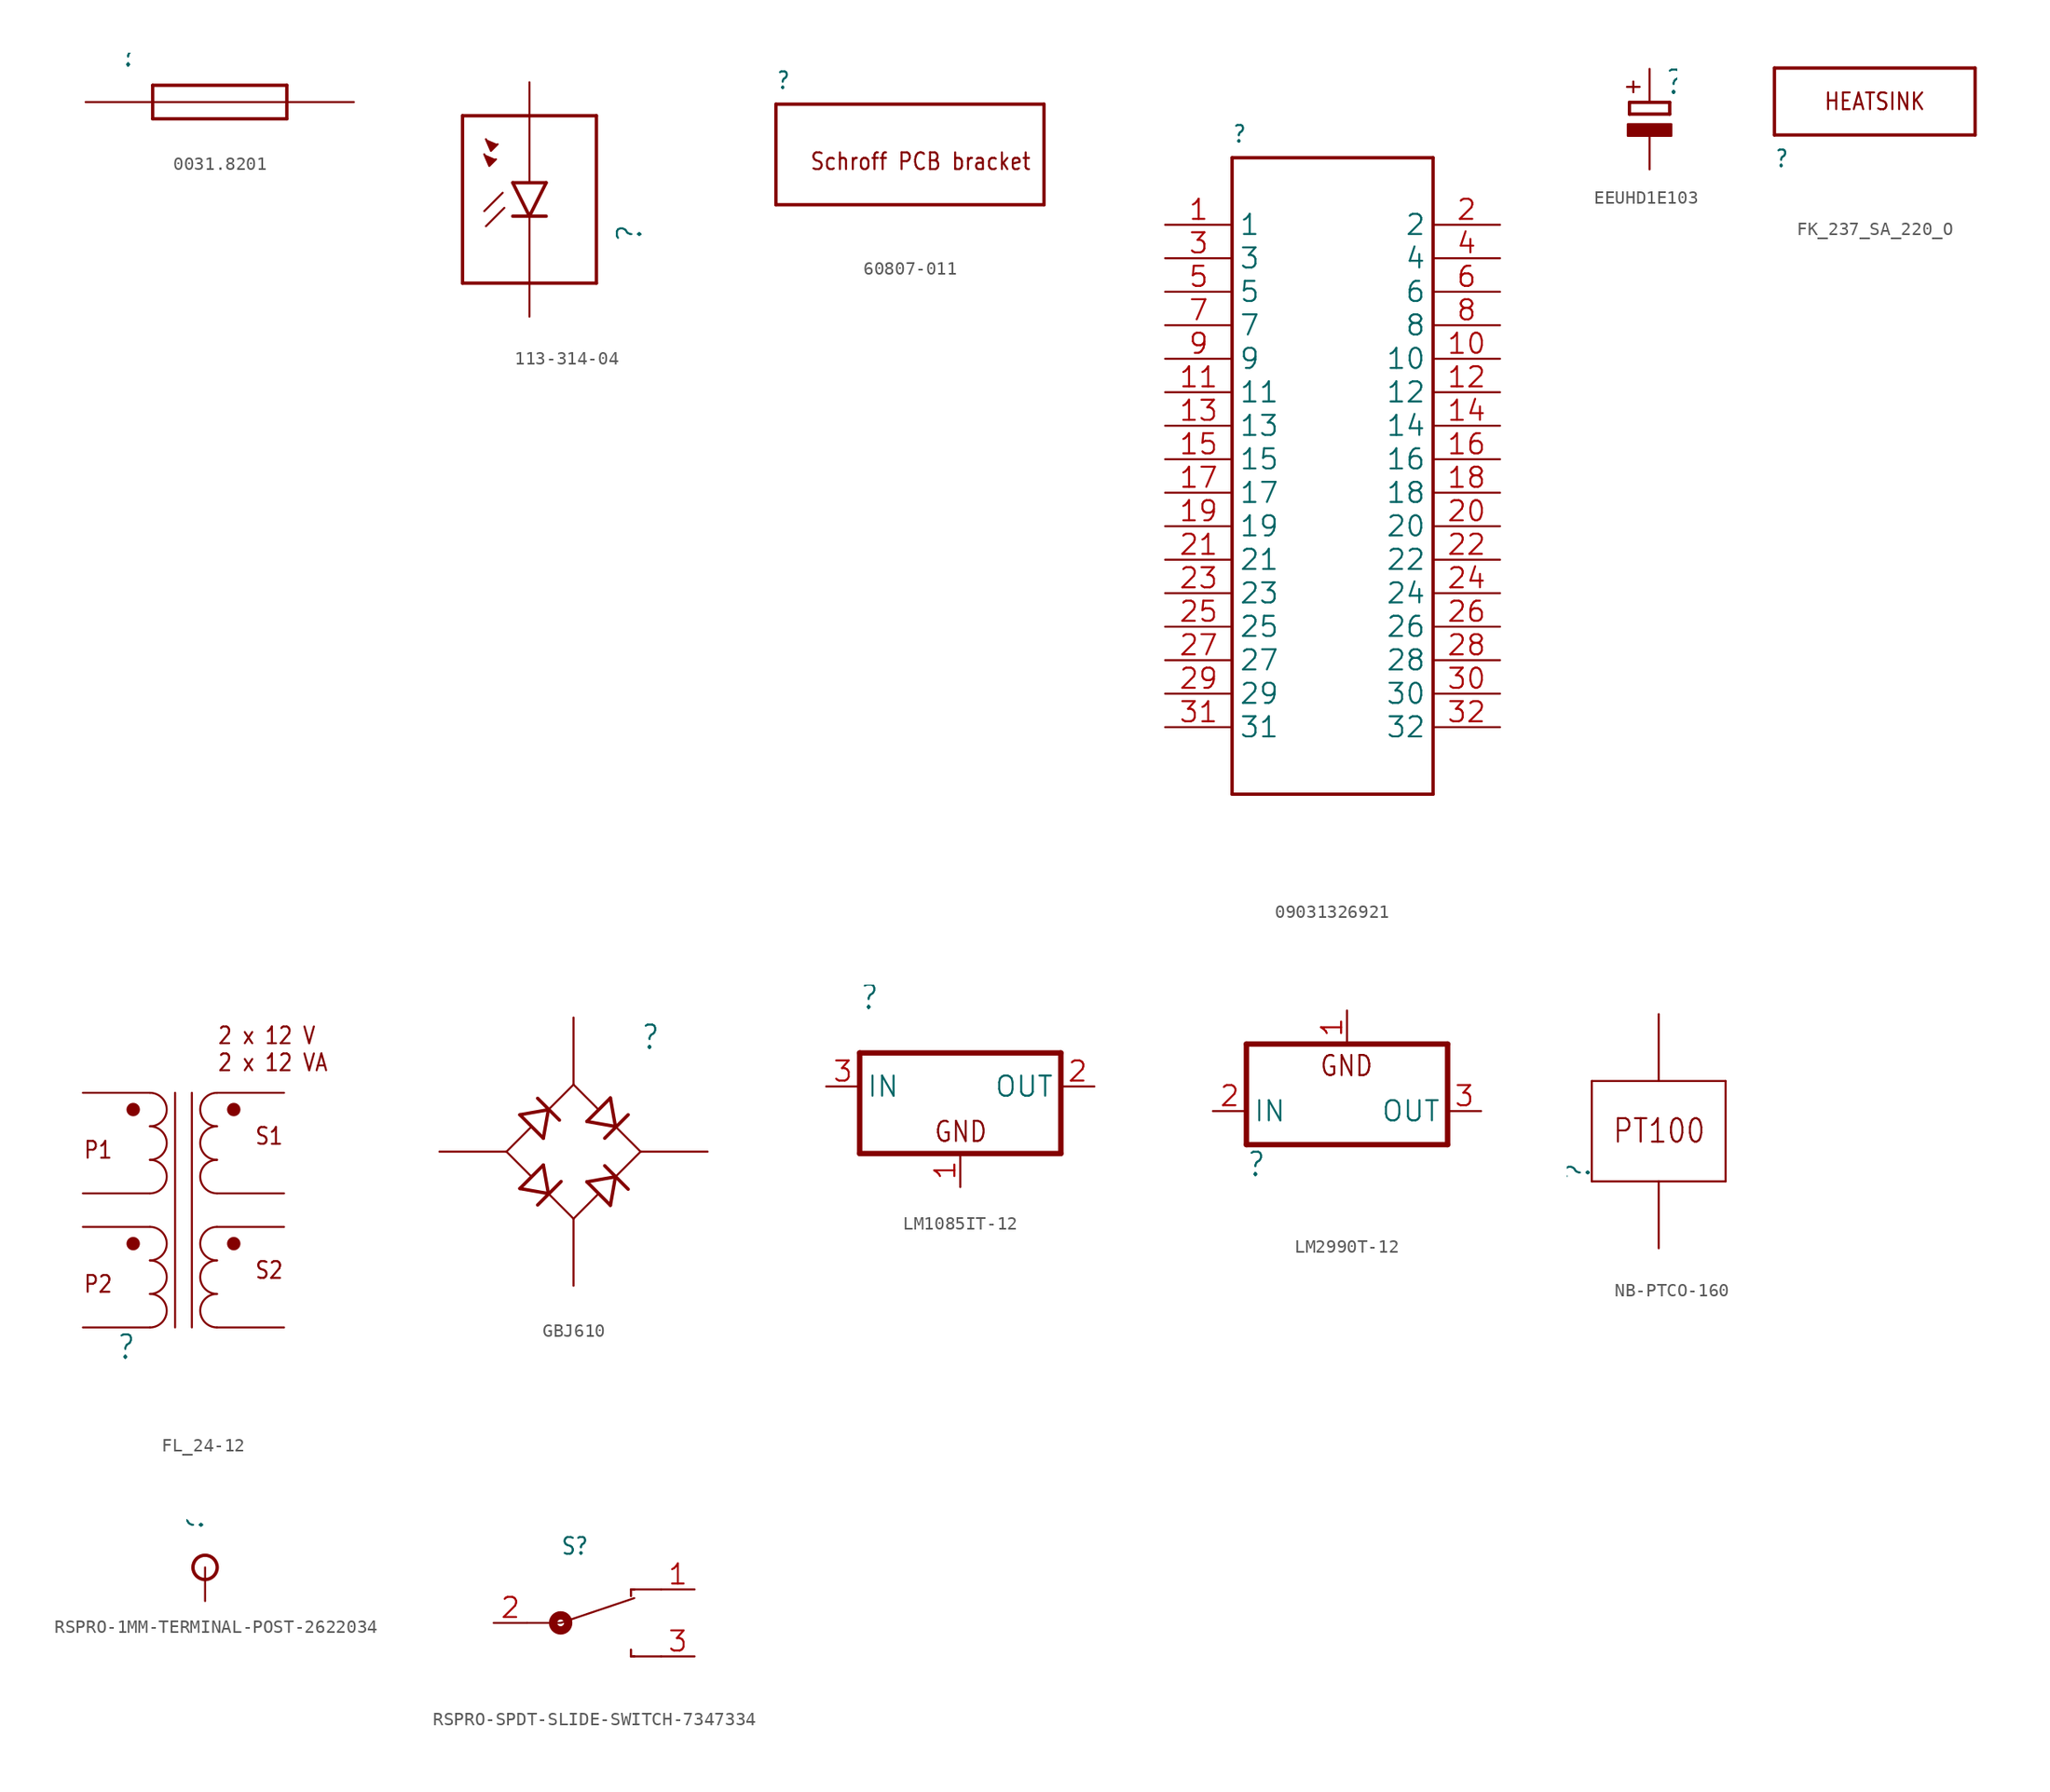
<source format=kicad_sym>
(kicad_symbol_lib
  (version 20241209)
  (generator "kicad_symbol_editor")
  (generator_version "9.0")
  (symbol "0031.8201"
    (property "Reference" ""
      (at -7.62 2.54 0)
      (effects (font (size 1.778 1.511)) (justify left bottom)))
    (property "Value" ""
      (at 7.62 -2.54 0)
      (effects (font (size 1.778 1.511)) (justify right top)))
    (property "ki_locked" ""
      (at 0 0 0)
      (effects (font (size 1.27 1.27))))
    (symbol "0031.8201_1_0"
      (polyline (pts (xy -5.08 1.27) (xy -5.08 -1.27)) (stroke (width 0.254) (type solid)) (fill (type none)))
      (polyline (pts (xy -5.08 0) (xy 5.08 0)) (stroke (width 0.152) (type solid)) (fill (type none)))
      (polyline (pts (xy -5.08 -1.27) (xy 5.08 -1.27)) (stroke (width 0.254) (type solid)) (fill (type none)))
      (polyline (pts (xy 5.08 1.27) (xy -5.08 1.27)) (stroke (width 0.254) (type solid)) (fill (type none)))
      (polyline (pts (xy 5.08 -1.27) (xy 5.08 1.27)) (stroke (width 0.254) (type solid)) (fill (type none)))
      (pin bidirectional line (at -10.16 0 0) (length 5.08) (name "P$1" (effects (font (size 0 0)))) (number "1" (effects (font (size 0 0)))))
      (pin bidirectional line (at 10.16 0 180) (length 5.08) (name "P$2" (effects (font (size 0 0)))) (number "2" (effects (font (size 0 0)))))))
  (symbol "113-314-04"
    (property "Reference" ""
      (at 8.636 -4.572 90)
      (effects (font (size 1.778 1.511)) (justify left bottom)))
    (property "Value" ""
      (at 10.795 -4.572 90)
      (effects (font (size 1.778 1.511)) (justify left bottom)))
    (property "ki_locked" ""
      (at 0 0 0)
      (effects (font (size 1.27 1.27))))
    (symbol "113-314-04_1_0"
      (polyline (pts (xy -5.08 5.08) (xy 5.08 5.08)) (stroke (width 0.254) (type solid)) (fill (type none)))
      (polyline (pts (xy -5.08 -7.62) (xy -5.08 5.08)) (stroke (width 0.254) (type solid)) (fill (type none)))
      (polyline (pts (xy -3.429 2.159) (xy -3.048 1.27) (xy -2.54 1.778)) (stroke (width 0.152) (type solid)) (fill (type outline)))
      (polyline (pts (xy -3.302 3.302) (xy -2.921 2.413) (xy -2.413 2.921)) (stroke (width 0.152) (type solid)) (fill (type outline)))
      (polyline (pts (xy -2.032 -0.762) (xy -3.429 -2.159)) (stroke (width 0.152) (type solid)) (fill (type none)))
      (polyline (pts (xy -1.905 -1.905) (xy -3.302 -3.302)) (stroke (width 0.152) (type solid)) (fill (type none)))
      (polyline (pts (xy 0 -2.54) (xy -1.27 0)) (stroke (width 0.254) (type solid)) (fill (type none)))
      (polyline (pts (xy 0 -2.54) (xy -1.27 -2.54)) (stroke (width 0.254) (type solid)) (fill (type none)))
      (polyline (pts (xy 1.27 0) (xy -1.27 0)) (stroke (width 0.254) (type solid)) (fill (type none)))
      (polyline (pts (xy 1.27 0) (xy 0 -2.54)) (stroke (width 0.254) (type solid)) (fill (type none)))
      (polyline (pts (xy 1.27 -2.54) (xy 0 -2.54)) (stroke (width 0.254) (type solid)) (fill (type none)))
      (polyline (pts (xy 5.08 5.08) (xy 5.08 -7.62)) (stroke (width 0.254) (type solid)) (fill (type none)))
      (polyline (pts (xy 5.08 -7.62) (xy -5.08 -7.62)) (stroke (width 0.254) (type solid)) (fill (type none)))
      (pin passive line (at 0 7.62 270) (length 7.62) (name "A" (effects (font (size 0 0)))) (number "+" (effects (font (size 0 0)))))
      (pin passive line (at 0 -10.16 90) (length 7.62) (name "C" (effects (font (size 0 0)))) (number "-" (effects (font (size 0 0)))))))
  (symbol "60807-011"
    (property "Reference" ""
      (at -10.16 7.62 0)
      (effects (font (size 1.27 1.079)) (justify left top)))
    (property "Value" ""
      (at -10.16 -5.08 0)
      (effects (font (size 1.27 1.079)) (justify left bottom)))
    (property "ki_locked" ""
      (at 0 0 0)
      (effects (font (size 1.27 1.27))))
    (symbol "60807-011_1_0"
      (polyline (pts (xy -10.16 5.08) (xy -10.16 -2.54)) (stroke (width 0.254) (type solid)) (fill (type none)))
      (polyline (pts (xy -10.16 -2.54) (xy 10.16 -2.54)) (stroke (width 0.254) (type solid)) (fill (type none)))
      (polyline (pts (xy 10.16 5.08) (xy -10.16 5.08)) (stroke (width 0.254) (type solid)) (fill (type none)))
      (polyline (pts (xy 10.16 -2.54) (xy 10.16 5.08)) (stroke (width 0.254) (type solid)) (fill (type none)))
      (text "Schroff PCB bracket" (at -7.62 0 0) (effects (font (size 1.27 1.079)) (justify left bottom)))))
  (symbol "09031326921"
    (property "Reference" ""
      (at -7.62 25.4 0)
      (effects (font (size 1.27 1.079)) (justify left top)))
    (property "Value" ""
      (at -7.62 -27.94 0)
      (effects (font (size 1.27 1.079)) (justify left bottom)))
    (property "ki_locked" ""
      (at 0 0 0)
      (effects (font (size 1.27 1.27))))
    (symbol "09031326921_1_0"
      (polyline (pts (xy -7.62 22.86) (xy 7.62 22.86)) (stroke (width 0.254) (type solid)) (fill (type none)))
      (polyline (pts (xy -7.62 -25.4) (xy -7.62 22.86)) (stroke (width 0.254) (type solid)) (fill (type none)))
      (polyline (pts (xy 7.62 22.86) (xy 7.62 -25.4)) (stroke (width 0.254) (type solid)) (fill (type none)))
      (polyline (pts (xy 7.62 -25.4) (xy -7.62 -25.4)) (stroke (width 0.254) (type solid)) (fill (type none)))
      (pin bidirectional line (at -12.7 17.78 0) (length 5.08) (name "1" (effects (font (size 1.524 1.524)))) (number "1" (effects (font (size 1.524 1.524)))))
      (pin bidirectional line (at -12.7 15.24 0) (length 5.08) (name "3" (effects (font (size 1.524 1.524)))) (number "3" (effects (font (size 1.524 1.524)))))
      (pin bidirectional line (at -12.7 12.7 0) (length 5.08) (name "5" (effects (font (size 1.524 1.524)))) (number "5" (effects (font (size 1.524 1.524)))))
      (pin bidirectional line (at -12.7 10.16 0) (length 5.08) (name "7" (effects (font (size 1.524 1.524)))) (number "7" (effects (font (size 1.524 1.524)))))
      (pin bidirectional line (at -12.7 7.62 0) (length 5.08) (name "9" (effects (font (size 1.524 1.524)))) (number "9" (effects (font (size 1.524 1.524)))))
      (pin bidirectional line (at -12.7 5.08 0) (length 5.08) (name "11" (effects (font (size 1.524 1.524)))) (number "11" (effects (font (size 1.524 1.524)))))
      (pin bidirectional line (at -12.7 2.54 0) (length 5.08) (name "13" (effects (font (size 1.524 1.524)))) (number "13" (effects (font (size 1.524 1.524)))))
      (pin bidirectional line (at -12.7 0 0) (length 5.08) (name "15" (effects (font (size 1.524 1.524)))) (number "15" (effects (font (size 1.524 1.524)))))
      (pin bidirectional line (at -12.7 -2.54 0) (length 5.08) (name "17" (effects (font (size 1.524 1.524)))) (number "17" (effects (font (size 1.524 1.524)))))
      (pin bidirectional line (at -12.7 -5.08 0) (length 5.08) (name "19" (effects (font (size 1.524 1.524)))) (number "19" (effects (font (size 1.524 1.524)))))
      (pin bidirectional line (at -12.7 -7.62 0) (length 5.08) (name "21" (effects (font (size 1.524 1.524)))) (number "21" (effects (font (size 1.524 1.524)))))
      (pin bidirectional line (at -12.7 -10.16 0) (length 5.08) (name "23" (effects (font (size 1.524 1.524)))) (number "23" (effects (font (size 1.524 1.524)))))
      (pin bidirectional line (at -12.7 -12.7 0) (length 5.08) (name "25" (effects (font (size 1.524 1.524)))) (number "25" (effects (font (size 1.524 1.524)))))
      (pin bidirectional line (at -12.7 -15.24 0) (length 5.08) (name "27" (effects (font (size 1.524 1.524)))) (number "27" (effects (font (size 1.524 1.524)))))
      (pin bidirectional line (at -12.7 -17.78 0) (length 5.08) (name "29" (effects (font (size 1.524 1.524)))) (number "29" (effects (font (size 1.524 1.524)))))
      (pin bidirectional line (at -12.7 -20.32 0) (length 5.08) (name "31" (effects (font (size 1.524 1.524)))) (number "31" (effects (font (size 1.524 1.524)))))
      (pin bidirectional line (at 12.7 17.78 180) (length 5.08) (name "2" (effects (font (size 1.524 1.524)))) (number "2" (effects (font (size 1.524 1.524)))))
      (pin bidirectional line (at 12.7 15.24 180) (length 5.08) (name "4" (effects (font (size 1.524 1.524)))) (number "4" (effects (font (size 1.524 1.524)))))
      (pin bidirectional line (at 12.7 12.7 180) (length 5.08) (name "6" (effects (font (size 1.524 1.524)))) (number "6" (effects (font (size 1.524 1.524)))))
      (pin bidirectional line (at 12.7 10.16 180) (length 5.08) (name "8" (effects (font (size 1.524 1.524)))) (number "8" (effects (font (size 1.524 1.524)))))
      (pin bidirectional line (at 12.7 7.62 180) (length 5.08) (name "10" (effects (font (size 1.524 1.524)))) (number "10" (effects (font (size 1.524 1.524)))))
      (pin bidirectional line (at 12.7 5.08 180) (length 5.08) (name "12" (effects (font (size 1.524 1.524)))) (number "12" (effects (font (size 1.524 1.524)))))
      (pin bidirectional line (at 12.7 2.54 180) (length 5.08) (name "14" (effects (font (size 1.524 1.524)))) (number "14" (effects (font (size 1.524 1.524)))))
      (pin bidirectional line (at 12.7 0 180) (length 5.08) (name "16" (effects (font (size 1.524 1.524)))) (number "16" (effects (font (size 1.524 1.524)))))
      (pin bidirectional line (at 12.7 -2.54 180) (length 5.08) (name "18" (effects (font (size 1.524 1.524)))) (number "18" (effects (font (size 1.524 1.524)))))
      (pin bidirectional line (at 12.7 -5.08 180) (length 5.08) (name "20" (effects (font (size 1.524 1.524)))) (number "20" (effects (font (size 1.524 1.524)))))
      (pin bidirectional line (at 12.7 -7.62 180) (length 5.08) (name "22" (effects (font (size 1.524 1.524)))) (number "22" (effects (font (size 1.524 1.524)))))
      (pin bidirectional line (at 12.7 -10.16 180) (length 5.08) (name "24" (effects (font (size 1.524 1.524)))) (number "24" (effects (font (size 1.524 1.524)))))
      (pin bidirectional line (at 12.7 -12.7 180) (length 5.08) (name "26" (effects (font (size 1.524 1.524)))) (number "26" (effects (font (size 1.524 1.524)))))
      (pin bidirectional line (at 12.7 -15.24 180) (length 5.08) (name "28" (effects (font (size 1.524 1.524)))) (number "28" (effects (font (size 1.524 1.524)))))
      (pin bidirectional line (at 12.7 -17.78 180) (length 5.08) (name "30" (effects (font (size 1.524 1.524)))) (number "30" (effects (font (size 1.524 1.524)))))
      (pin bidirectional line (at 12.7 -20.32 180) (length 5.08) (name "32" (effects (font (size 1.524 1.524)))) (number "32" (effects (font (size 1.524 1.524)))))))
  (symbol "EEUHD1E103"
    (property "Reference" ""
      (at 1.143 0.483 0)
      (effects (font (size 1.778 1.511)) (justify left bottom)))
    (property "Value" ""
      (at 1.143 -4.597 0)
      (effects (font (size 1.778 1.511)) (justify left bottom)))
    (property "ki_locked" ""
      (at 0 0 0)
      (effects (font (size 1.27 1.27))))
    (symbol "EEUHD1E103_1_0"
      (rectangle (start -1.651 -2.54) (end 1.651 -1.651) (stroke (width 0) (type default)) (fill (type outline)))
      (polyline (pts (xy -1.524 0) (xy -1.524 -0.889)) (stroke (width 0.254) (type solid)) (fill (type none)))
      (polyline (pts (xy -1.524 0) (xy 1.524 0)) (stroke (width 0.254) (type solid)) (fill (type none)))
      (polyline (pts (xy -1.524 -0.889) (xy 1.524 -0.889)) (stroke (width 0.254) (type solid)) (fill (type none)))
      (polyline (pts (xy 1.524 -0.889) (xy 1.524 0)) (stroke (width 0.254) (type solid)) (fill (type none)))
      (text "+" (at -0.584 0.406 900) (effects (font (size 1.27 1.079)) (justify left bottom)))
      (pin passive line (at 0 2.54 270) (length 2.54) (name "+" (effects (font (size 0 0)))) (number "+" (effects (font (size 0 0)))))
      (pin passive line (at 0 -5.08 90) (length 2.54) (name "-" (effects (font (size 0 0)))) (number "-" (effects (font (size 0 0)))))))
  (symbol "FK_237_SA_220_O"
    (property "Reference" ""
      (at 0 -2.54 0)
      (effects (font (size 1.27 1.079)) (justify left bottom)))
    (property "Value" ""
      (at 0 -5.08 0)
      (effects (font (size 1.27 1.079)) (justify left bottom)))
    (property "ki_locked" ""
      (at 0 0 0)
      (effects (font (size 1.27 1.27))))
    (symbol "FK_237_SA_220_O_1_0"
      (polyline (pts (xy 0 5.08) (xy 15.24 5.08)) (stroke (width 0.254) (type solid)) (fill (type none)))
      (polyline (pts (xy 0 0) (xy 0 5.08)) (stroke (width 0.254) (type solid)) (fill (type none)))
      (polyline (pts (xy 15.24 5.08) (xy 15.24 0)) (stroke (width 0.254) (type solid)) (fill (type none)))
      (polyline (pts (xy 15.24 0) (xy 0 0)) (stroke (width 0.254) (type solid)) (fill (type none)))
      (text "HEATSINK" (at 7.62 2.54 0) (effects (font (size 1.27 1.079))))))
  (symbol "FL_24-12"
    (property "Reference" ""
      (at -5.084 -12.692 0)
      (effects (font (size 1.779 1.512)) (justify left bottom)))
    (property "Value" ""
      (at -5.081 -15.243 0)
      (effects (font (size 1.778 1.512)) (justify left bottom)))
    (property "ki_locked" ""
      (at 0 0 0)
      (effects (font (size 1.27 1.27))))
    (symbol "FL_24-12_1_0"
      (circle (center -3.81 6.35) (radius 0.254) (stroke (width 0.508) (type solid)) (fill (type none)))
      (circle (center -3.81 -3.81) (radius 0.254) (stroke (width 0.508) (type solid)) (fill (type none)))
      (arc (start -2.54 7.62) (mid -1.27 6.35) (end -2.54 5.08) (stroke (width 0.1524) (type solid)) (fill (type none)))
      (arc (start -2.54 5.08) (mid -1.27 3.81) (end -2.54 2.54) (stroke (width 0.1524) (type solid)) (fill (type none)))
      (arc (start -2.54 2.54) (mid -1.27 1.27) (end -2.54 0) (stroke (width 0.1524) (type solid)) (fill (type none)))
      (arc (start -2.54 -2.54) (mid -1.27 -3.81) (end -2.54 -5.08) (stroke (width 0.1524) (type solid)) (fill (type none)))
      (arc (start -2.54 -5.08) (mid -1.27 -6.35) (end -2.54 -7.62) (stroke (width 0.1524) (type solid)) (fill (type none)))
      (arc (start -2.54 -7.62) (mid -1.27 -8.89) (end -2.54 -10.16) (stroke (width 0.1524) (type solid)) (fill (type none)))
      (polyline (pts (xy -0.635 7.62) (xy -0.635 -10.16)) (stroke (width 0.152) (type solid)) (fill (type none)))
      (polyline (pts (xy 0.635 7.62) (xy 0.635 -10.16)) (stroke (width 0.152) (type solid)) (fill (type none)))
      (arc (start 2.54 5.08) (mid 1.27 6.35) (end 2.54 7.62) (stroke (width 0.1524) (type solid)) (fill (type none)))
      (arc (start 2.54 2.54) (mid 1.27 3.81) (end 2.54 5.08) (stroke (width 0.1524) (type solid)) (fill (type none)))
      (arc (start 2.54 0) (mid 1.27 1.27) (end 2.54 2.54) (stroke (width 0.1524) (type solid)) (fill (type none)))
      (arc (start 2.54 -5.08) (mid 1.27 -3.81) (end 2.54 -2.54) (stroke (width 0.1524) (type solid)) (fill (type none)))
      (arc (start 2.54 -7.62) (mid 1.27 -6.35) (end 2.54 -5.08) (stroke (width 0.1524) (type solid)) (fill (type none)))
      (arc (start 2.54 -10.16) (mid 1.27 -8.89) (end 2.54 -7.62) (stroke (width 0.1524) (type solid)) (fill (type none)))
      (circle (center 3.81 6.35) (radius 0.254) (stroke (width 0.508) (type solid)) (fill (type none)))
      (circle (center 3.81 -3.81) (radius 0.254) (stroke (width 0.508) (type solid)) (fill (type none)))
      (text "P1" (at -7.62 2.54 0) (effects (font (size 1.27 1.079)) (justify left bottom)))
      (text "P2" (at -7.62 -7.62 0) (effects (font (size 1.27 1.079)) (justify left bottom)))
      (text "2 x 12 V\n2 x 12 VA" (at 2.54 12.7 0) (effects (font (size 1.27 1.079)) (justify left top)))
      (text "S1" (at 7.62 5.08 0) (effects (font (size 1.27 1.079)) (justify right top)))
      (text "S2" (at 7.62 -5.08 0) (effects (font (size 1.27 1.079)) (justify right top)))
      (pin passive line (at -7.62 7.62 0) (length 5.08) (name "P1A" (effects (font (size 0 0)))) (number "P1A" (effects (font (size 0 0)))))
      (pin passive line (at -7.62 0 0) (length 5.08) (name "P1B" (effects (font (size 0 0)))) (number "P1B" (effects (font (size 0 0)))))
      (pin passive line (at -7.62 -2.54 0) (length 5.08) (name "P2A" (effects (font (size 0 0)))) (number "P2A" (effects (font (size 0 0)))))
      (pin passive line (at -7.62 -10.16 0) (length 5.08) (name "P2B" (effects (font (size 0 0)))) (number "P2B" (effects (font (size 0 0)))))
      (pin passive line (at 7.62 7.62 180) (length 5.08) (name "S1A" (effects (font (size 0 0)))) (number "S1A" (effects (font (size 0 0)))))
      (pin passive line (at 7.62 0 180) (length 5.08) (name "S1B" (effects (font (size 0 0)))) (number "S1B" (effects (font (size 0 0)))))
      (pin passive line (at 7.62 -2.54 180) (length 5.08) (name "S2A" (effects (font (size 0 0)))) (number "S2A" (effects (font (size 0 0)))))
      (pin passive line (at 7.62 -10.16 180) (length 5.08) (name "S2B" (effects (font (size 0 0)))) (number "S2B" (effects (font (size 0 0)))))))
  (symbol "GBJ610"
    (property "Reference" ""
      (at 5.08 7.62 0)
      (effects (font (size 1.778 1.511)) (justify left bottom)))
    (property "Value" ""
      (at 5.08 5.08 0)
      (effects (font (size 1.778 1.511)) (justify left bottom)))
    (property "ki_locked" ""
      (at 0 0 0)
      (effects (font (size 1.27 1.27))))
    (symbol "GBJ610_1_0"
      (polyline (pts (xy -5.08 0) (xy -3.277 1.803)) (stroke (width 0.152) (type solid)) (fill (type none)))
      (polyline (pts (xy -4.064 2.794) (xy -2.286 1.016)) (stroke (width 0.254) (type solid)) (fill (type none)))
      (polyline (pts (xy -4.064 -2.794) (xy -2.286 -1.016)) (stroke (width 0.254) (type solid)) (fill (type none)))
      (polyline (pts (xy -3.277 -1.803) (xy -5.08 0)) (stroke (width 0.152) (type solid)) (fill (type none)))
      (polyline (pts (xy -2.718 4.039) (xy -1.067 2.388)) (stroke (width 0.254) (type solid)) (fill (type none)))
      (polyline (pts (xy -2.718 -4.039) (xy -0.94 -2.261)) (stroke (width 0.254) (type solid)) (fill (type none)))
      (polyline (pts (xy -1.905 3.175) (xy -4.064 2.794)) (stroke (width 0.254) (type solid)) (fill (type none)))
      (polyline (pts (xy -1.905 3.175) (xy -2.286 1.016)) (stroke (width 0.254) (type solid)) (fill (type none)))
      (polyline (pts (xy -1.905 3.175) (xy 0 5.08)) (stroke (width 0.152) (type solid)) (fill (type none)))
      (polyline (pts (xy -1.905 -3.175) (xy -4.064 -2.794)) (stroke (width 0.254) (type solid)) (fill (type none)))
      (polyline (pts (xy -1.905 -3.175) (xy -2.286 -1.016)) (stroke (width 0.254) (type solid)) (fill (type none)))
      (polyline (pts (xy 0 5.08) (xy 1.803 3.277)) (stroke (width 0.152) (type solid)) (fill (type none)))
      (polyline (pts (xy 0 -5.08) (xy -1.905 -3.175)) (stroke (width 0.152) (type solid)) (fill (type none)))
      (polyline (pts (xy 0 -5.08) (xy 1.803 -3.277)) (stroke (width 0.152) (type solid)) (fill (type none)))
      (polyline (pts (xy 1.016 2.286) (xy 2.794 4.064)) (stroke (width 0.254) (type solid)) (fill (type none)))
      (polyline (pts (xy 1.016 -2.286) (xy 2.794 -4.064)) (stroke (width 0.254) (type solid)) (fill (type none)))
      (polyline (pts (xy 2.362 1.016) (xy 4.14 2.794)) (stroke (width 0.254) (type solid)) (fill (type none)))
      (polyline (pts (xy 2.362 -1.067) (xy 4.14 -2.845)) (stroke (width 0.254) (type solid)) (fill (type none)))
      (polyline (pts (xy 3.175 1.905) (xy 1.016 2.286)) (stroke (width 0.254) (type solid)) (fill (type none)))
      (polyline (pts (xy 3.175 1.905) (xy 2.794 4.064)) (stroke (width 0.254) (type solid)) (fill (type none)))
      (polyline (pts (xy 3.175 1.905) (xy 5.08 0)) (stroke (width 0.152) (type solid)) (fill (type none)))
      (polyline (pts (xy 3.175 -1.905) (xy 1.016 -2.286)) (stroke (width 0.254) (type solid)) (fill (type none)))
      (polyline (pts (xy 3.175 -1.905) (xy 2.794 -4.064)) (stroke (width 0.254) (type solid)) (fill (type none)))
      (polyline (pts (xy 5.08 0) (xy 3.175 -1.905)) (stroke (width 0.152) (type solid)) (fill (type none)))
      (pin bidirectional line (at -10.16 0 0) (length 5.08) (name "-" (effects (font (size 0 0)))) (number "-" (effects (font (size 0 0)))))
      (pin bidirectional line (at 0 10.16 270) (length 5.08) (name "L" (effects (font (size 0 0)))) (number "L" (effects (font (size 0 0)))))
      (pin bidirectional line (at 0 -10.16 90) (length 5.08) (name "N" (effects (font (size 0 0)))) (number "N" (effects (font (size 0 0)))))
      (pin bidirectional line (at 10.16 0 180) (length 5.08) (name "+" (effects (font (size 0 0)))) (number "+" (effects (font (size 0 0)))))))
  (symbol "LM1085IT-12"
    (property "Reference" ""
      (at -7.62 5.715 0)
      (effects (font (size 1.778 1.511)) (justify left bottom)))
    (property "Value" ""
      (at -7.62 3.175 0)
      (effects (font (size 1.778 1.511)) (justify left bottom)))
    (property "ki_locked" ""
      (at 0 0 0)
      (effects (font (size 1.27 1.27))))
    (symbol "LM1085IT-12_1_0"
      (polyline (pts (xy -7.62 2.54) (xy -7.62 -5.08)) (stroke (width 0.406) (type solid)) (fill (type none)))
      (polyline (pts (xy -7.62 -5.08) (xy 7.62 -5.08)) (stroke (width 0.406) (type solid)) (fill (type none)))
      (polyline (pts (xy 7.62 2.54) (xy -7.62 2.54)) (stroke (width 0.406) (type solid)) (fill (type none)))
      (polyline (pts (xy 7.62 -5.08) (xy 7.62 2.54)) (stroke (width 0.406) (type solid)) (fill (type none)))
      (text "GND" (at -2.032 -4.318 0) (effects (font (size 1.524 1.295)) (justify left bottom)))
      (pin input line (at -10.16 0 0) (length 2.54) (name "IN" (effects (font (size 1.524 1.524)))) (number "3" (effects (font (size 1.524 1.524)))))
      (pin passive line (at 0 -7.62 90) (length 2.54) (name "GND" (effects (font (size 0 0)))) (number "1" (effects (font (size 1.524 1.524)))))
      (pin passive line (at 10.16 0 180) (length 2.54) (name "OUT" (effects (font (size 1.524 1.524)))) (number "2" (effects (font (size 1.524 1.524)))))))
  (symbol "LM2990T-12"
    (property "Reference" ""
      (at -7.62 -7.62 0)
      (effects (font (size 1.778 1.511)) (justify left bottom)))
    (property "Value" ""
      (at -7.62 -10.16 0)
      (effects (font (size 1.778 1.511)) (justify left bottom)))
    (property "ki_locked" ""
      (at 0 0 0)
      (effects (font (size 1.27 1.27))))
    (symbol "LM2990T-12_1_0"
      (polyline (pts (xy -7.62 2.54) (xy -7.62 -5.08)) (stroke (width 0.406) (type solid)) (fill (type none)))
      (polyline (pts (xy -7.62 -5.08) (xy 7.62 -5.08)) (stroke (width 0.406) (type solid)) (fill (type none)))
      (polyline (pts (xy 7.62 2.54) (xy -7.62 2.54)) (stroke (width 0.406) (type solid)) (fill (type none)))
      (polyline (pts (xy 7.62 -5.08) (xy 7.62 2.54)) (stroke (width 0.406) (type solid)) (fill (type none)))
      (text "GND" (at 2.032 1.778 0) (effects (font (size 1.524 1.295)) (justify right top)))
      (pin input line (at -10.16 -2.54 0) (length 2.54) (name "IN" (effects (font (size 1.524 1.524)))) (number "2" (effects (font (size 1.524 1.524)))))
      (pin passive line (at 0 5.08 270) (length 2.54) (name "GND" (effects (font (size 0 0)))) (number "1" (effects (font (size 1.524 1.524)))))
      (pin passive line (at 10.16 -2.54 180) (length 2.54) (name "OUT" (effects (font (size 1.524 1.524)))) (number "3" (effects (font (size 1.524 1.524)))))))
  (symbol "NB-PTCO-160"
    (property "Reference" ""
      (at -5.08 -2.54 90)
      (effects (font (size 1.778 1.511)) (justify left bottom)))
    (property "Value" ""
      (at 7.62 -2.54 90)
      (effects (font (size 1.778 1.511)) (justify left bottom)))
    (property "ki_locked" ""
      (at 0 0 0)
      (effects (font (size 1.27 1.27))))
    (symbol "NB-PTCO-160_1_0"
      (polyline (pts (xy -5.08 5.08) (xy -5.08 -2.54)) (stroke (width 0.152) (type solid)) (fill (type none)))
      (polyline (pts (xy -5.08 -2.54) (xy 5.08 -2.54)) (stroke (width 0.152) (type solid)) (fill (type none)))
      (polyline (pts (xy 5.08 5.08) (xy -5.08 5.08)) (stroke (width 0.152) (type solid)) (fill (type none)))
      (polyline (pts (xy 5.08 -2.54) (xy 5.08 5.08)) (stroke (width 0.152) (type solid)) (fill (type none)))
      (text "PT100" (at -3.556 0.254 0) (effects (font (size 1.778 1.511)) (justify left bottom)))
      (pin passive line (at 0 10.16 270) (length 5.08) (name "P$1" (effects (font (size 0 0)))) (number "1" (effects (font (size 0 0)))))
      (pin passive line (at 0 -7.62 90) (length 5.08) (name "P$2" (effects (font (size 0 0)))) (number "2" (effects (font (size 0 0)))))))
  (symbol "RSPRO-1MM-TERMINAL-POST-2622034"
    (property "Reference" ""
      (at 0 2.54 90)
      (effects (font (size 1.778 1.511)) (justify left bottom)))
    (property "Value" ""
      (at 2.54 2.54 90)
      (effects (font (size 1.778 1.511)) (justify left bottom)))
    (property "ki_locked" ""
      (at 0 0 0)
      (effects (font (size 1.27 1.27))))
    (symbol "RSPRO-1MM-TERMINAL-POST-2622034_1_0"
      (circle (center 0 0) (radius 0.916) (stroke (width 0.254) (type solid)) (fill (type none)))
      (pin bidirectional line (at 0 -2.54 90) (length 2.54) (name "P$1" (effects (font (size 0 0)))) (number "P$1" (effects (font (size 0 0)))))))
  (symbol "RSPRO-SPDT-SLIDE-SWITCH-7347334"
    (property "Reference" "S"
      (at -2.54 5.08 0)
      (effects (font (size 1.27 1.079)) (justify left bottom)))
    (property "Value" ""
      (at -2.54 -5.08 0)
      (effects (font (size 1.27 1.079)) (justify left bottom)))
    (property "ki_locked" ""
      (at 0 0 0)
      (effects (font (size 1.27 1.27))))
    (symbol "RSPRO-SPDT-SLIDE-SWITCH-7347334_1_0"
      (circle (center -2.54 0) (radius 0.254) (stroke (width 0.635) (type solid)) (fill (type none)))
      (polyline (pts (xy -2.54 0) (xy -5.08 0)) (stroke (width 0.152) (type solid)) (fill (type none)))
      (polyline (pts (xy -2.54 0) (xy 3.048 1.88)) (stroke (width 0.152) (type solid)) (fill (type none)))
      (polyline (pts (xy 2.794 2.54) (xy 2.794 2.032)) (stroke (width 0.165) (type solid)) (fill (type none)))
      (polyline (pts (xy 2.794 -2.54) (xy 2.794 -2.032)) (stroke (width 0.165) (type solid)) (fill (type none)))
      (polyline (pts (xy 3.048 2.54) (xy 2.794 2.54)) (stroke (width 0.165) (type solid)) (fill (type none)))
      (polyline (pts (xy 3.048 2.54) (xy 2.921 2.54)) (stroke (width 0.152) (type solid)) (fill (type none)))
      (polyline (pts (xy 3.048 -2.54) (xy 2.794 -2.54)) (stroke (width 0.165) (type solid)) (fill (type none)))
      (polyline (pts (xy 3.048 -2.54) (xy 2.921 -2.54)) (stroke (width 0.152) (type solid)) (fill (type none)))
      (polyline (pts (xy 5.08 2.54) (xy 3.048 2.54)) (stroke (width 0.152) (type solid)) (fill (type none)))
      (polyline (pts (xy 5.08 -2.54) (xy 3.048 -2.54)) (stroke (width 0.152) (type solid)) (fill (type none)))
      (pin passive line (at -7.62 0 0) (length 2.54) (name "COM" (effects (font (size 0 0)))) (number "2" (effects (font (size 1.524 1.524)))))
      (pin passive line (at 7.62 2.54 180) (length 2.54) (name "NC" (effects (font (size 0 0)))) (number "1" (effects (font (size 1.524 1.524)))))
      (pin passive line (at 7.62 -2.54 180) (length 2.54) (name "NO" (effects (font (size 0 0)))) (number "3" (effects (font (size 1.524 1.524))))))))
</source>
